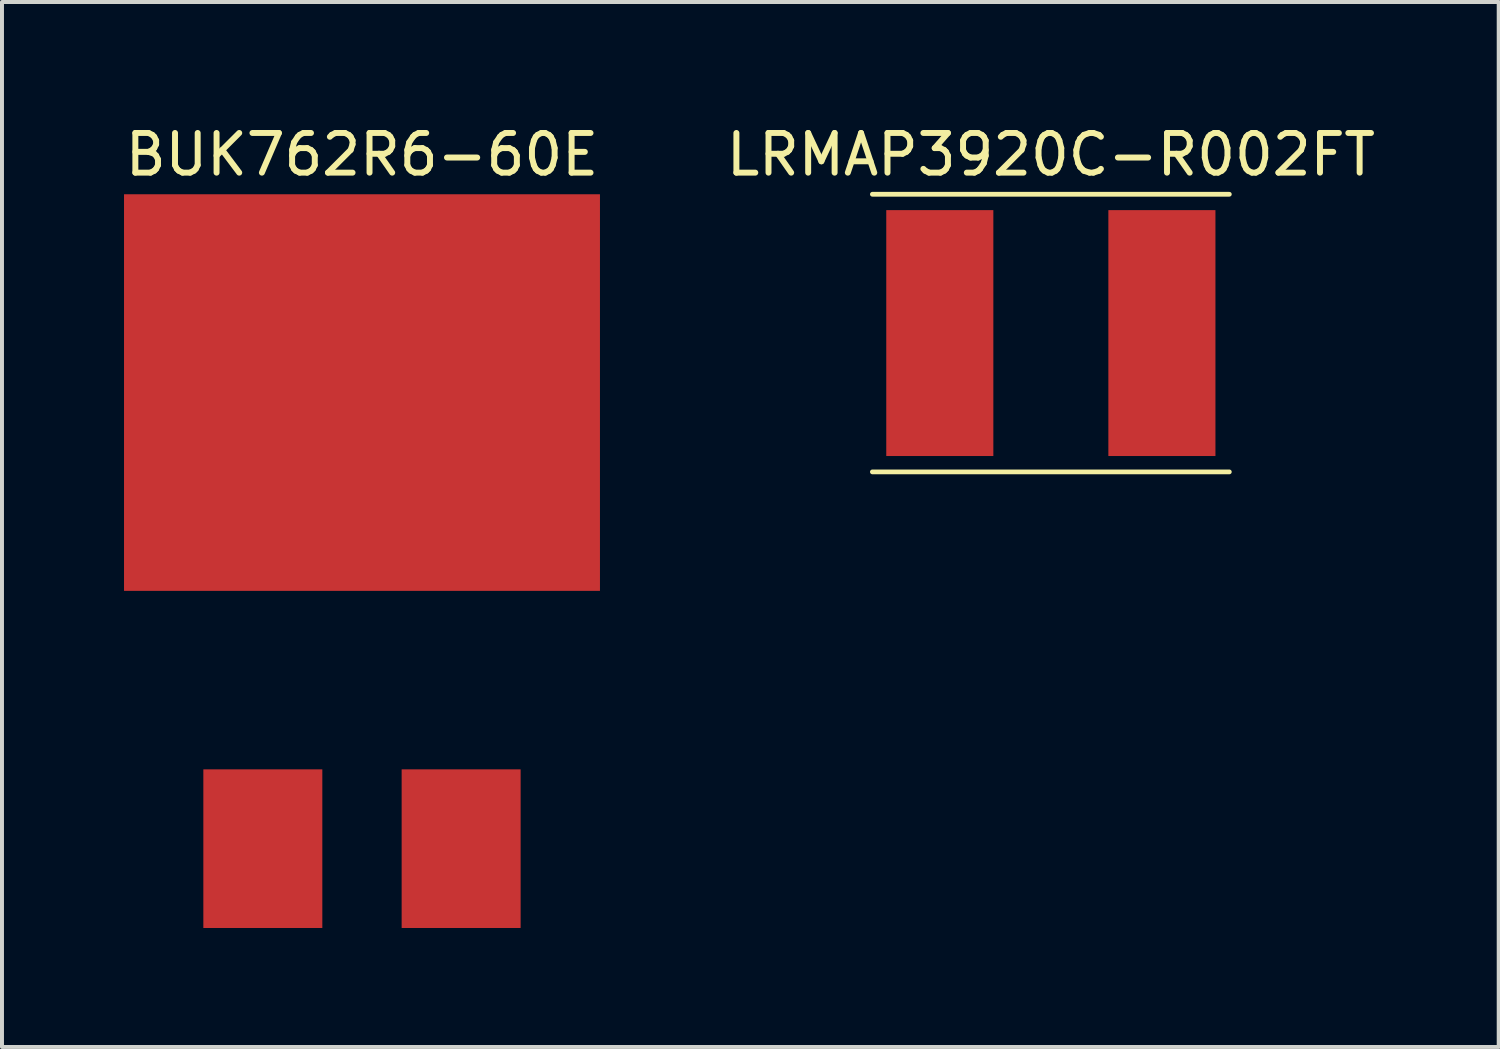
<source format=kicad_pcb>
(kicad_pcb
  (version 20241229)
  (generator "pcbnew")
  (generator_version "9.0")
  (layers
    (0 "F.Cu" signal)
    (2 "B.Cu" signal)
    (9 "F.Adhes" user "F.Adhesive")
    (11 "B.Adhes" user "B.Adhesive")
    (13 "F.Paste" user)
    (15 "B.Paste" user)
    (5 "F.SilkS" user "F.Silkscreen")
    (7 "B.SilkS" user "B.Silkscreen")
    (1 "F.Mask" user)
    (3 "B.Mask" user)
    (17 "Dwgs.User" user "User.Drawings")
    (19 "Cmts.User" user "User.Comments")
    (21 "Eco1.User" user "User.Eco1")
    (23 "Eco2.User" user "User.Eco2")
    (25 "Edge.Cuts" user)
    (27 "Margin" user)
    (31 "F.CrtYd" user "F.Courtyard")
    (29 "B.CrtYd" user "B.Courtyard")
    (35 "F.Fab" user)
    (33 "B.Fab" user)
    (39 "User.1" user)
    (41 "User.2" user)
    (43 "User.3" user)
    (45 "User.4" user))
  (footprint "BUK762R6-60E"
    (layer "F.Cu")
    (at 6.077 6.848)
    (property "Reference" "BUK762R6-60E" (at 0 -6 0) (layer "F.SilkS") (effects (font (size 1 1) (thickness 0.15))))
    (attr through_hole)
    (pad "1" smd rect (at -2.5 11.5) (size 3 4) (layers "F.Cu" "F.Mask" "F.Paste"))
    (pad "2" smd rect (at 0 0) (size 12 10) (layers "F.Cu" "F.Mask" "F.Paste"))
    (pad "3" smd rect (at 2.5 11.5 90) (size 4 3) (layers "F.Cu" "F.Mask" "F.Paste")))
  (footprint "LRMAP3920C-R002FT"
    (layer "F.Cu")
    (at 23.446 5.348)
    (property "Reference" "LRMAP3920C-R002FT" (at 0 -4.5 0) (layer "F.SilkS") (effects (font (size 1 1) (thickness 0.15))))
    (attr through_hole)
    (fp_line (start -4.5 -3.5) (end 4.5 -3.5) (stroke (width 0.12) (type solid)) (layer "F.SilkS"))
    (fp_line (start -4.5 3.5) (end 4.5 3.5) (stroke (width 0.12) (type solid)) (layer "F.SilkS"))
    (pad "1" smd rect (at -2.8 0) (size 2.7 6.2) (layers "F.Cu" "F.Mask" "F.Paste"))
    (pad "2" smd rect (at 2.8 0) (size 2.7 6.2) (layers "F.Cu" "F.Mask" "F.Paste")))
  (gr_rect
    (start -3 -3)
    (end 34.738 23.348)
    (stroke (width 0.1) (type default))
    (fill no)
    (layer "Edge.Cuts")))
</source>
